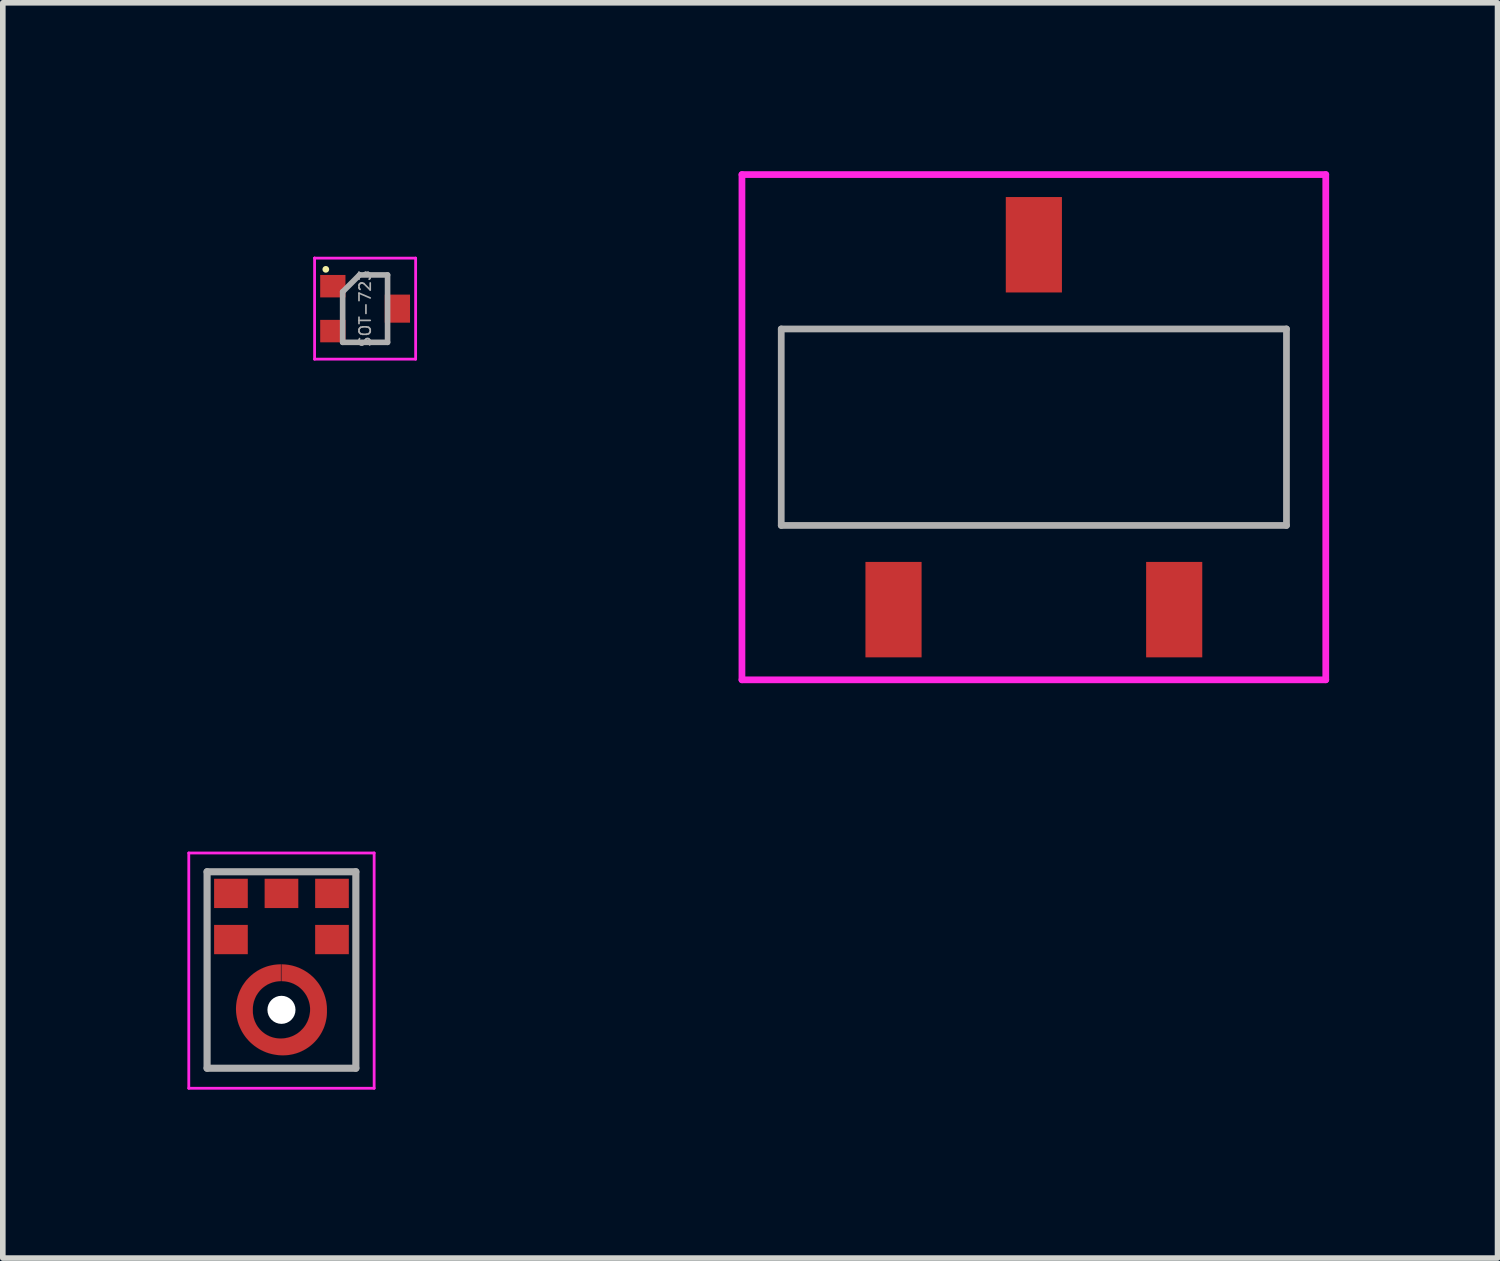
<source format=kicad_pcb>
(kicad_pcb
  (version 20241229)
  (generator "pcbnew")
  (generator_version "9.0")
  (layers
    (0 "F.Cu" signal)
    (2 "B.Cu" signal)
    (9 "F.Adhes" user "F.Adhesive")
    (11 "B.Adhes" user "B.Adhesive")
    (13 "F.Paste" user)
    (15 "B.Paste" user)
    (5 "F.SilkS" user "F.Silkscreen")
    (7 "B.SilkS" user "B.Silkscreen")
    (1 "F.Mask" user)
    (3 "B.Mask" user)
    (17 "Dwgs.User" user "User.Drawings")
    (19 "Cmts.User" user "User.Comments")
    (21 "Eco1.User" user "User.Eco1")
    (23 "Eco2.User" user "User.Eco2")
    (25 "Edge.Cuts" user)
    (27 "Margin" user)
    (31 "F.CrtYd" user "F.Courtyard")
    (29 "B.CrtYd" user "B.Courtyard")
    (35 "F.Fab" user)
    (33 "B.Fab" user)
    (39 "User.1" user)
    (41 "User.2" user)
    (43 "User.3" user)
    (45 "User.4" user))
  (footprint "SPH0645LM4H-B"
    (layer "F.Cu")
    (at 1.964 14.939)
    (property "Reference" "SPH0645LM4H-B" (at 0.069 -1.242 0) (layer "Eco2.User") (effects (font (size 0.3 0.3) (thickness 0.075))))
    (attr smd)
    (fp_poly (pts (xy -0.01 -0.51) (xy -0.01 -0.81) (xy -0.036 -0.81) (xy -0.077 -0.808) (xy -0.119 -0.803) (xy -0.16 -0.797) (xy -0.201 -0.788) (xy -0.241 -0.778) (xy -0.28 -0.765) (xy -0.319 -0.75) (xy -0.357 -0.733) (xy -0.394 -0.714) (xy -0.431 -0.693) (xy -0.465 -0.67) (xy -0.499 -0.646) (xy -0.531 -0.62) (xy -0.562 -0.592) (xy -0.592 -0.562) (xy -0.62 -0.532) (xy -0.646 -0.499) (xy -0.67 -0.465) (xy -0.693 -0.431) (xy -0.714 -0.394) (xy -0.733 -0.357) (xy -0.75 -0.319) (xy -0.765 -0.28) (xy -0.778 -0.241) (xy -0.788 -0.201) (xy -0.797 -0.16) (xy -0.803 -0.119) (xy -0.808 -0.077) (xy -0.81 -0.036) (xy -0.81 -0.02) (xy -0.81 0.002) (xy -0.808 0.045) (xy -0.803 0.088) (xy -0.796 0.131) (xy -0.787 0.174) (xy -0.776 0.216) (xy -0.763 0.257) (xy -0.747 0.298) (xy -0.729 0.337) (xy -0.71 0.376) (xy -0.688 0.414) (xy -0.664 0.45) (xy -0.639 0.485) (xy -0.611 0.519) (xy -0.582 0.552) (xy -0.552 0.582) (xy -0.519 0.611) (xy -0.485 0.639) (xy -0.45 0.664) (xy -0.414 0.688) (xy -0.376 0.71) (xy -0.337 0.729) (xy -0.298 0.747) (xy -0.257 0.763) (xy -0.216 0.776) (xy -0.174 0.787) (xy -0.131 0.796) (xy -0.088 0.803) (xy -0.045 0.808) (xy -0.002 0.81) (xy 0.02 0.81) (xy 0.03 0.81) (xy 0.05 0.81) (xy 0.091 0.808) (xy 0.132 0.804) (xy 0.172 0.797) (xy 0.212 0.789) (xy 0.252 0.778) (xy 0.29 0.766) (xy 0.329 0.751) (xy 0.366 0.734) (xy 0.402 0.716) (xy 0.438 0.695) (xy 0.472 0.673) (xy 0.505 0.649) (xy 0.537 0.623) (xy 0.567 0.596) (xy 0.596 0.567) (xy 0.623 0.537) (xy 0.649 0.505) (xy 0.673 0.472) (xy 0.695 0.438) (xy 0.716 0.402) (xy 0.734 0.366) (xy 0.751 0.329) (xy 0.766 0.29) (xy 0.778 0.252) (xy 0.789 0.212) (xy 0.797 0.172) (xy 0.804 0.132) (xy 0.808 0.091) (xy 0.81 0.05) (xy 0.81 0.03) (xy 0.81 0) (xy 0.81 -0.021) (xy 0.808 -0.064) (xy 0.803 -0.106) (xy 0.797 -0.148) (xy 0.788 -0.189) (xy 0.777 -0.23) (xy 0.764 -0.27) (xy 0.749 -0.31) (xy 0.731 -0.349) (xy 0.712 -0.387) (xy 0.691 -0.423) (xy 0.668 -0.459) (xy 0.643 -0.493) (xy 0.616 -0.526) (xy 0.588 -0.558) (xy 0.558 -0.588) (xy 0.526 -0.616) (xy 0.493 -0.643) (xy 0.459 -0.668) (xy 0.423 -0.691) (xy 0.387 -0.712) (xy 0.349 -0.731) (xy 0.31 -0.749) (xy 0.27 -0.764) (xy 0.23 -0.777) (xy 0.189 -0.788) (xy 0.148 -0.797) (xy 0.106 -0.803) (xy 0.064 -0.808) (xy 0.021 -0.81) (xy 0 -0.81) (xy 0 -0.51) (xy 0.009 -0.51) (xy 0.036 -0.509) (xy 0.062 -0.507) (xy 0.088 -0.503) (xy 0.114 -0.498) (xy 0.14 -0.492) (xy 0.165 -0.484) (xy 0.19 -0.475) (xy 0.214 -0.465) (xy 0.238 -0.453) (xy 0.261 -0.44) (xy 0.284 -0.426) (xy 0.306 -0.411) (xy 0.326 -0.395) (xy 0.346 -0.377) (xy 0.365 -0.359) (xy 0.383 -0.34) (xy 0.4 -0.319) (xy 0.416 -0.298) (xy 0.431 -0.276) (xy 0.445 -0.254) (xy 0.457 -0.23) (xy 0.468 -0.206) (xy 0.478 -0.182) (xy 0.487 -0.157) (xy 0.494 -0.131) (xy 0.5 -0.106) (xy 0.505 -0.08) (xy 0.508 -0.053) (xy 0.51 -0.027) (xy 0.51 -0.01) (xy 0.51 0.004) (xy 0.509 0.031) (xy 0.506 0.058) (xy 0.501 0.085) (xy 0.496 0.111) (xy 0.489 0.138) (xy 0.48 0.164) (xy 0.471 0.189) (xy 0.46 0.214) (xy 0.447 0.238) (xy 0.434 0.262) (xy 0.419 0.285) (xy 0.403 0.307) (xy 0.386 0.328) (xy 0.367 0.348) (xy 0.348 0.367) (xy 0.328 0.386) (xy 0.307 0.403) (xy 0.285 0.419) (xy 0.262 0.434) (xy 0.238 0.447) (xy 0.214 0.46) (xy 0.189 0.471) (xy 0.164 0.48) (xy 0.138 0.489) (xy 0.111 0.496) (xy 0.085 0.501) (xy 0.058 0.506) (xy 0.031 0.509) (xy 0.004 0.51) (xy -0.01 0.51) (xy -0.02 0.51) (xy -0.033 0.51) (xy -0.058 0.509) (xy -0.084 0.506) (xy -0.109 0.502) (xy -0.134 0.497) (xy -0.159 0.49) (xy -0.184 0.482) (xy -0.208 0.473) (xy -0.231 0.462) (xy -0.254 0.451) (xy -0.276 0.438) (xy -0.298 0.424) (xy -0.318 0.409) (xy -0.338 0.393) (xy -0.357 0.376) (xy -0.376 0.357) (xy -0.393 0.338) (xy -0.409 0.318) (xy -0.424 0.298) (xy -0.438 0.276) (xy -0.451 0.254) (xy -0.462 0.231) (xy -0.473 0.208) (xy -0.482 0.184) (xy -0.49 0.159) (xy -0.497 0.134) (xy -0.502 0.109) (xy -0.506 0.084) (xy -0.509 0.058) (xy -0.51 0.033) (xy -0.51 0.02) (xy -0.51 -0.01) (xy -0.51 -0.023) (xy -0.509 -0.049) (xy -0.506 -0.075) (xy -0.502 -0.101) (xy -0.496 -0.127) (xy -0.49 -0.152) (xy -0.481 -0.177) (xy -0.472 -0.201) (xy -0.461 -0.225) (xy -0.45 -0.249) (xy -0.436 -0.271) (xy -0.422 -0.293) (xy -0.407 -0.314) (xy -0.39 -0.335) (xy -0.373 -0.354) (xy -0.354 -0.373) (xy -0.335 -0.39) (xy -0.314 -0.407) (xy -0.293 -0.422) (xy -0.271 -0.436) (xy -0.249 -0.45) (xy -0.225 -0.461) (xy -0.201 -0.472) (xy -0.177 -0.481) (xy -0.152 -0.49) (xy -0.127 -0.496) (xy -0.101 -0.502) (xy -0.075 -0.506) (xy -0.049 -0.509) (xy -0.023 -0.51)) (stroke (width 0.001) (type solid)) (fill yes) (layer "F.Cu"))
    (fp_circle (center 0 0) (end 0.456 0) (stroke (width 0.912) (type solid)) (fill no) (layer "F.Mask"))
    (fp_poly (pts (xy 0.38 0.53) (xy 0.28 0.425) (xy 0.23 0.46) (xy 0.12 0.5) (xy 0 0.514) (xy -0.12 0.5) (xy -0.225 0.462) (xy -0.288 0.426) (xy -0.385 0.525) (xy -0.5 0.64) (xy -0.405 0.705) (xy -0.31 0.75) (xy -0.22 0.78) (xy -0.14 0.8) (xy 0 0.81) (xy 0.16 0.796) (xy 0.31 0.75) (xy 0.425 0.69) (xy 0.495 0.645)) (stroke (width 0.001) (type solid)) (fill yes) (layer "F.Paste"))
    (fp_poly (pts (xy -0.375 -0.53) (xy -0.28 -0.435) (xy -0.23 -0.46) (xy -0.175 -0.485) (xy -0.12 -0.5) (xy -0.06 -0.51) (xy 0 -0.514) (xy 0.12 -0.5) (xy 0.225 -0.462) (xy 0.283 -0.426) (xy 0.385 -0.525) (xy 0.5 -0.64) (xy 0.41 -0.7) (xy 0.31 -0.75) (xy 0.23 -0.78) (xy 0.14 -0.8) (xy 0 -0.81) (xy -0.16 -0.796) (xy -0.31 -0.75) (xy -0.415 -0.7) (xy -0.49 -0.645)) (stroke (width 0.001) (type solid)) (fill yes) (layer "F.Paste"))
    (fp_poly (pts (xy 0.53 -0.385) (xy 0.425 -0.28) (xy 0.46 -0.23) (xy 0.5 -0.12) (xy 0.514 0) (xy 0.5 0.12) (xy 0.462 0.225) (xy 0.421 0.283) (xy 0.52 0.38) (xy 0.64 0.5) (xy 0.705 0.405) (xy 0.75 0.31) (xy 0.78 0.23) (xy 0.8 0.14) (xy 0.81 0.06) (xy 0.81 -0.065) (xy 0.796 -0.16) (xy 0.78 -0.235) (xy 0.75 -0.31) (xy 0.705 -0.405) (xy 0.64 -0.5)) (stroke (width 0.001) (type solid)) (fill yes) (layer "F.Paste"))
    (fp_poly (pts (xy -0.53 0.385) (xy -0.43 0.285) (xy -0.465 0.23) (xy -0.505 0.12) (xy -0.51 0.12) (xy -0.505 0.11) (xy -0.52 0.005) (xy -0.524 -0.005) (xy -0.52 -0.005) (xy -0.505 -0.125) (xy -0.462 -0.225) (xy -0.426 -0.293) (xy -0.525 -0.39) (xy -0.635 -0.505) (xy -0.7 -0.41) (xy -0.75 -0.31) (xy -0.78 -0.22) (xy -0.8 -0.14) (xy -0.81 0) (xy -0.796 0.16) (xy -0.75 0.31) (xy -0.705 0.4) (xy -0.64 0.5)) (stroke (width 0.001) (type solid)) (fill yes) (layer "F.Paste"))
    (fp_line (start -1.651 -2.794) (end 1.651 -2.794) (stroke (width 0.05) (type solid)) (layer "F.CrtYd"))
    (fp_line (start -1.651 1.397) (end -1.651 -2.794) (stroke (width 0.05) (type solid)) (layer "F.CrtYd"))
    (fp_line (start 1.651 -2.794) (end 1.651 1.397) (stroke (width 0.05) (type solid)) (layer "F.CrtYd"))
    (fp_line (start 1.651 1.397) (end -1.651 1.397) (stroke (width 0.05) (type solid)) (layer "F.CrtYd"))
    (fp_line (start -1.325 -2.46) (end 1.325 -2.46) (stroke (width 0.127) (type solid)) (layer "F.Fab"))
    (fp_line (start -1.325 1.04) (end -1.325 -2.46) (stroke (width 0.127) (type solid)) (layer "F.Fab"))
    (fp_line (start 1.325 -2.46) (end 1.325 1.04) (stroke (width 0.127) (type solid)) (layer "F.Fab"))
    (fp_line (start 1.325 1.04) (end -1.325 1.04) (stroke (width 0.127) (type solid)) (layer "F.Fab"))
    (pad "" np_thru_hole circle (at 0 0) (size 0.5 0.5) (drill 0.5) (layers "*.Cu" "*.Mask"))
    (pad "1" smd rect (at -0.9 -2.074) (size 0.6 0.522) (layers "F.Cu" "F.Mask" "F.Paste"))
    (pad "2" smd rect (at -0.9 -1.252) (size 0.6 0.522) (layers "F.Cu" "F.Mask" "F.Paste"))
    (pad "3" smd rect (at 0.65 -0.02) (size 0.1 0.1) (layers "F.Cu" "F.Mask" "F.Paste"))
    (pad "4" smd rect (at 0.9 -1.252) (size 0.6 0.522) (layers "F.Cu" "F.Mask" "F.Paste"))
    (pad "5" smd rect (at 0.9 -2.074) (size 0.6 0.522) (layers "F.Cu" "F.Mask" "F.Paste"))
    (pad "6" smd rect (at 0 -2.074) (size 0.6 0.522) (layers "F.Cu" "F.Mask" "F.Paste")))
  (footprint "SPDT_switch"
    (layer "F.Cu")
    (at 15.367 4.56)
    (property "Reference" "SPDT_switch" (at -0.102 -0.147 0) (layer "Eco2.User") (effects (font (size 0.3 0.3) (thickness 0.075))))
    (attr through_hole)
    (fp_line (start -5.2 -4.5) (end 5.2 -4.5) (stroke (width 0.12) (type solid)) (layer "F.CrtYd"))
    (fp_line (start -5.2 4.5) (end -5.2 -4.5) (stroke (width 0.12) (type solid)) (layer "F.CrtYd"))
    (fp_line (start 5.2 -4.5) (end 5.2 4.5) (stroke (width 0.12) (type solid)) (layer "F.CrtYd"))
    (fp_line (start 5.2 4.5) (end -5.2 4.5) (stroke (width 0.12) (type solid)) (layer "F.CrtYd"))
    (fp_line (start -4.5 -1.75) (end -4.5 1.75) (stroke (width 0.12) (type solid)) (layer "F.Fab"))
    (fp_line (start -4.5 -1.75) (end 4.5 -1.75) (stroke (width 0.12) (type solid)) (layer "F.Fab"))
    (fp_line (start 4.5 -1.75) (end 4.5 1.75) (stroke (width 0.12) (type solid)) (layer "F.Fab"))
    (fp_line (start 4.5 1.75) (end -4.5 1.75) (stroke (width 0.12) (type solid)) (layer "F.Fab"))
    (pad "1" smd rect (at -2.5 3.25) (size 1 1.7) (layers "F.Cu" "F.Mask" "F.Paste"))
    (pad "2" smd rect (at 0 -3.25) (size 1 1.7) (layers "F.Cu" "F.Mask" "F.Paste"))
    (pad "3" smd rect (at 2.5 3.25) (size 1 1.7) (layers "F.Cu" "F.Mask" "F.Paste")))
  (footprint "SOT-723"
    (layer "F.Cu")
    (at 3.454 2.448)
    (property "Reference" "SOT-723" (at 0.1 -1.6 180) (layer "Eco2.User") (effects (font (size 1 1) (thickness 0.15))))
    (attr smd)
    (fp_line (start -0.7 -0.7) (end -0.7 -0.7) (stroke (width 0.12) (type solid)) (layer "F.SilkS"))
    (fp_line (start -0.9 -0.9) (end -0.9 -0.9) (stroke (width 0.05) (type solid)) (layer "F.CrtYd"))
    (fp_line (start -0.9 -0.9) (end 0.9 -0.9) (stroke (width 0.05) (type solid)) (layer "F.CrtYd"))
    (fp_line (start -0.9 0.9) (end -0.9 -0.9) (stroke (width 0.05) (type solid)) (layer "F.CrtYd"))
    (fp_line (start 0.9 -0.9) (end 0.9 0.9) (stroke (width 0.05) (type solid)) (layer "F.CrtYd"))
    (fp_line (start 0.9 0.9) (end -0.9 0.9) (stroke (width 0.05) (type solid)) (layer "F.CrtYd"))
    (fp_line (start -0.4 -0.3) (end -0.1 -0.6) (stroke (width 0.1) (type solid)) (layer "F.Fab"))
    (fp_line (start -0.4 0.6) (end -0.4 -0.3) (stroke (width 0.1) (type solid)) (layer "F.Fab"))
    (fp_line (start -0.1 -0.6) (end 0.4 -0.6) (stroke (width 0.1) (type solid)) (layer "F.Fab"))
    (fp_line (start 0.4 -0.6) (end 0.4 0.6) (stroke (width 0.1) (type solid)) (layer "F.Fab"))
    (fp_line (start 0.4 0.6) (end -0.4 0.6) (stroke (width 0.1) (type solid)) (layer "F.Fab"))
    (fp_text user "${REFERENCE}" (at 0 0 270) (layer "F.Fab") (effects (font (size 0.2 0.2) (thickness 0.03))))
    (pad "1" smd rect (at -0.575 -0.4) (size 0.45 0.4) (layers "F.Cu" "F.Mask" "F.Paste"))
    (pad "2" smd rect (at -0.575 0.4) (size 0.45 0.4) (layers "F.Cu" "F.Mask" "F.Paste"))
    (pad "3" smd rect (at 0.575 0) (size 0.45 0.5) (layers "F.Cu" "F.Mask" "F.Paste")))
  (gr_rect
    (start -3 -3)
    (end 23.627 19.361)
    (stroke (width 0.1) (type default))
    (fill no)
    (layer "Edge.Cuts")))
</source>
